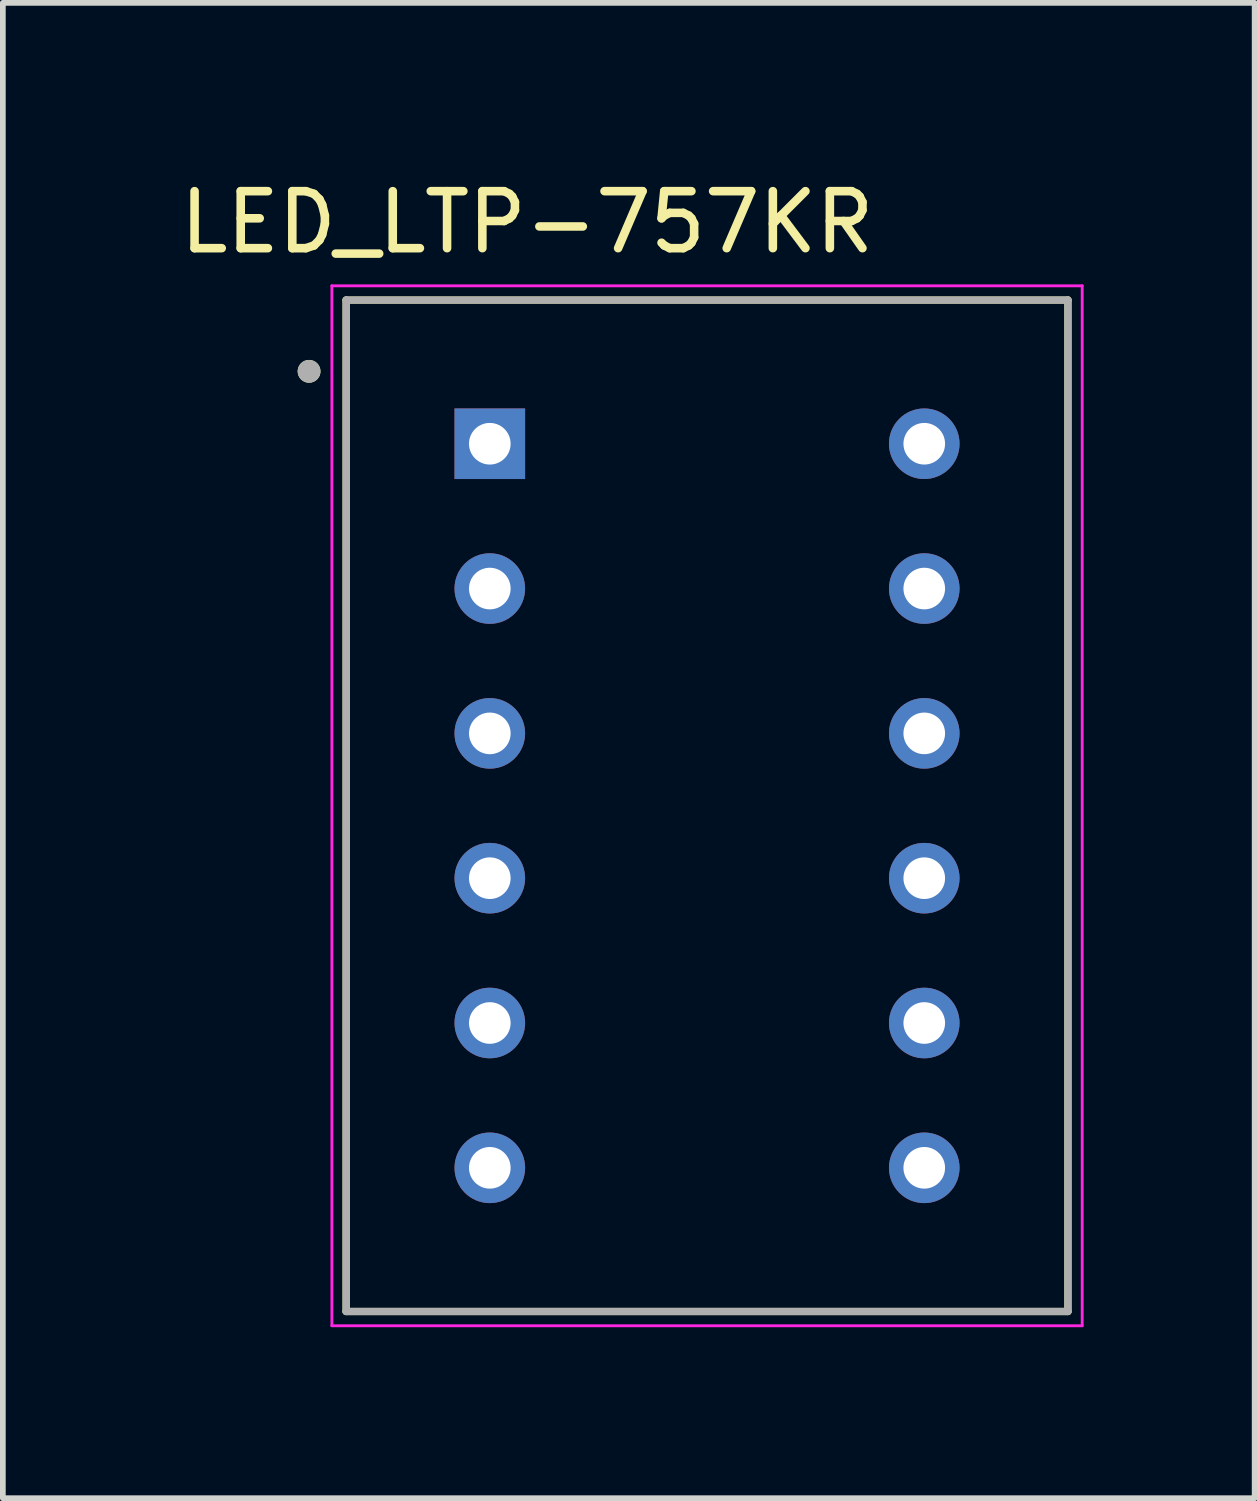
<source format=kicad_pcb>
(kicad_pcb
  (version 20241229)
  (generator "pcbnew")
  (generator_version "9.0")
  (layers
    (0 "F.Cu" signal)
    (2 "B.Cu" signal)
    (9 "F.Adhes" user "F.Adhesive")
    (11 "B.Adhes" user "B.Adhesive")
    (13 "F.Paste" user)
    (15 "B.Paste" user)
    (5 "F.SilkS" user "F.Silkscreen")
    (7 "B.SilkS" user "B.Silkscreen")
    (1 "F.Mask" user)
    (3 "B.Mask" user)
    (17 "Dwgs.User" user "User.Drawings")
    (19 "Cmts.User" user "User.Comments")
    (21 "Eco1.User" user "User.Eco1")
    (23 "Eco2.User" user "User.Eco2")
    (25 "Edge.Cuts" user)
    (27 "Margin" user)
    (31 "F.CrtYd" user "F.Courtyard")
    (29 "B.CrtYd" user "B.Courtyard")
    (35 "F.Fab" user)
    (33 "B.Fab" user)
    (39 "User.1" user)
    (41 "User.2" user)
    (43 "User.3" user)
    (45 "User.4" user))
  (footprint "LED_LTP-757KR"
    (layer "F.Cu")
    (at 9.351 11.083)
    (property "Reference" "LED_LTP-757KR" (at -3.155 -10.235 0) (layer "F.SilkS") (effects (font (size 1 1) (thickness 0.15))))
    (attr through_hole)
    (fp_line (start -6.33 -8.87) (end -6.33 8.87) (stroke (width 0.127) (type solid)) (layer "F.SilkS"))
    (fp_line (start -6.33 8.87) (end 6.33 8.87) (stroke (width 0.127) (type solid)) (layer "F.SilkS"))
    (fp_line (start 6.33 -8.87) (end -6.33 -8.87) (stroke (width 0.127) (type solid)) (layer "F.SilkS"))
    (fp_line (start 6.33 8.87) (end 6.33 -8.87) (stroke (width 0.127) (type solid)) (layer "F.SilkS"))
    (fp_circle (center -6.98 -7.62) (end -6.88 -7.62) (stroke (width 0.2) (type solid)) (fill no) (layer "F.SilkS"))
    (fp_line (start -6.58 -9.12) (end -6.58 9.12) (stroke (width 0.05) (type solid)) (layer "F.CrtYd"))
    (fp_line (start -6.58 9.12) (end 6.58 9.12) (stroke (width 0.05) (type solid)) (layer "F.CrtYd"))
    (fp_line (start 6.58 -9.12) (end -6.58 -9.12) (stroke (width 0.05) (type solid)) (layer "F.CrtYd"))
    (fp_line (start 6.58 9.12) (end 6.58 -9.12) (stroke (width 0.05) (type solid)) (layer "F.CrtYd"))
    (fp_line (start -6.33 -8.87) (end -6.33 8.87) (stroke (width 0.127) (type solid)) (layer "F.Fab"))
    (fp_line (start -6.33 8.87) (end 6.33 8.87) (stroke (width 0.127) (type solid)) (layer "F.Fab"))
    (fp_line (start 6.33 -8.87) (end -6.33 -8.87) (stroke (width 0.127) (type solid)) (layer "F.Fab"))
    (fp_line (start 6.33 8.87) (end 6.33 -8.87) (stroke (width 0.127) (type solid)) (layer "F.Fab"))
    (fp_circle (center -6.98 -7.62) (end -6.88 -7.62) (stroke (width 0.2) (type solid)) (fill no) (layer "F.Fab"))
    (pad "1" thru_hole rect (at -3.81 -6.35) (size 1.238 1.238) (drill 0.73) (layers "*.Cu" "*.Mask"))
    (pad "2" thru_hole circle (at -3.81 -3.81) (size 1.238 1.238) (drill 0.73) (layers "*.Cu" "*.Mask"))
    (pad "3" thru_hole circle (at -3.81 -1.27) (size 1.238 1.238) (drill 0.73) (layers "*.Cu" "*.Mask"))
    (pad "4" thru_hole circle (at -3.81 1.27) (size 1.238 1.238) (drill 0.73) (layers "*.Cu" "*.Mask"))
    (pad "5" thru_hole circle (at -3.81 3.81) (size 1.238 1.238) (drill 0.73) (layers "*.Cu" "*.Mask"))
    (pad "6" thru_hole circle (at -3.81 6.35) (size 1.238 1.238) (drill 0.73) (layers "*.Cu" "*.Mask"))
    (pad "7" thru_hole circle (at 3.81 6.35) (size 1.238 1.238) (drill 0.73) (layers "*.Cu" "*.Mask"))
    (pad "8" thru_hole circle (at 3.81 3.81) (size 1.238 1.238) (drill 0.73) (layers "*.Cu" "*.Mask"))
    (pad "9" thru_hole circle (at 3.81 1.27) (size 1.238 1.238) (drill 0.73) (layers "*.Cu" "*.Mask"))
    (pad "10" thru_hole circle (at 3.81 -1.27) (size 1.238 1.238) (drill 0.73) (layers "*.Cu" "*.Mask"))
    (pad "11" thru_hole circle (at 3.81 -3.81) (size 1.238 1.238) (drill 0.73) (layers "*.Cu" "*.Mask"))
    (pad "12" thru_hole circle (at 3.81 -6.35) (size 1.238 1.238) (drill 0.73) (layers "*.Cu" "*.Mask")))
  (gr_rect
    (start -3 -3)
    (end 18.956 23.228)
    (stroke (width 0.1) (type default))
    (fill no)
    (layer "Edge.Cuts")))
</source>
